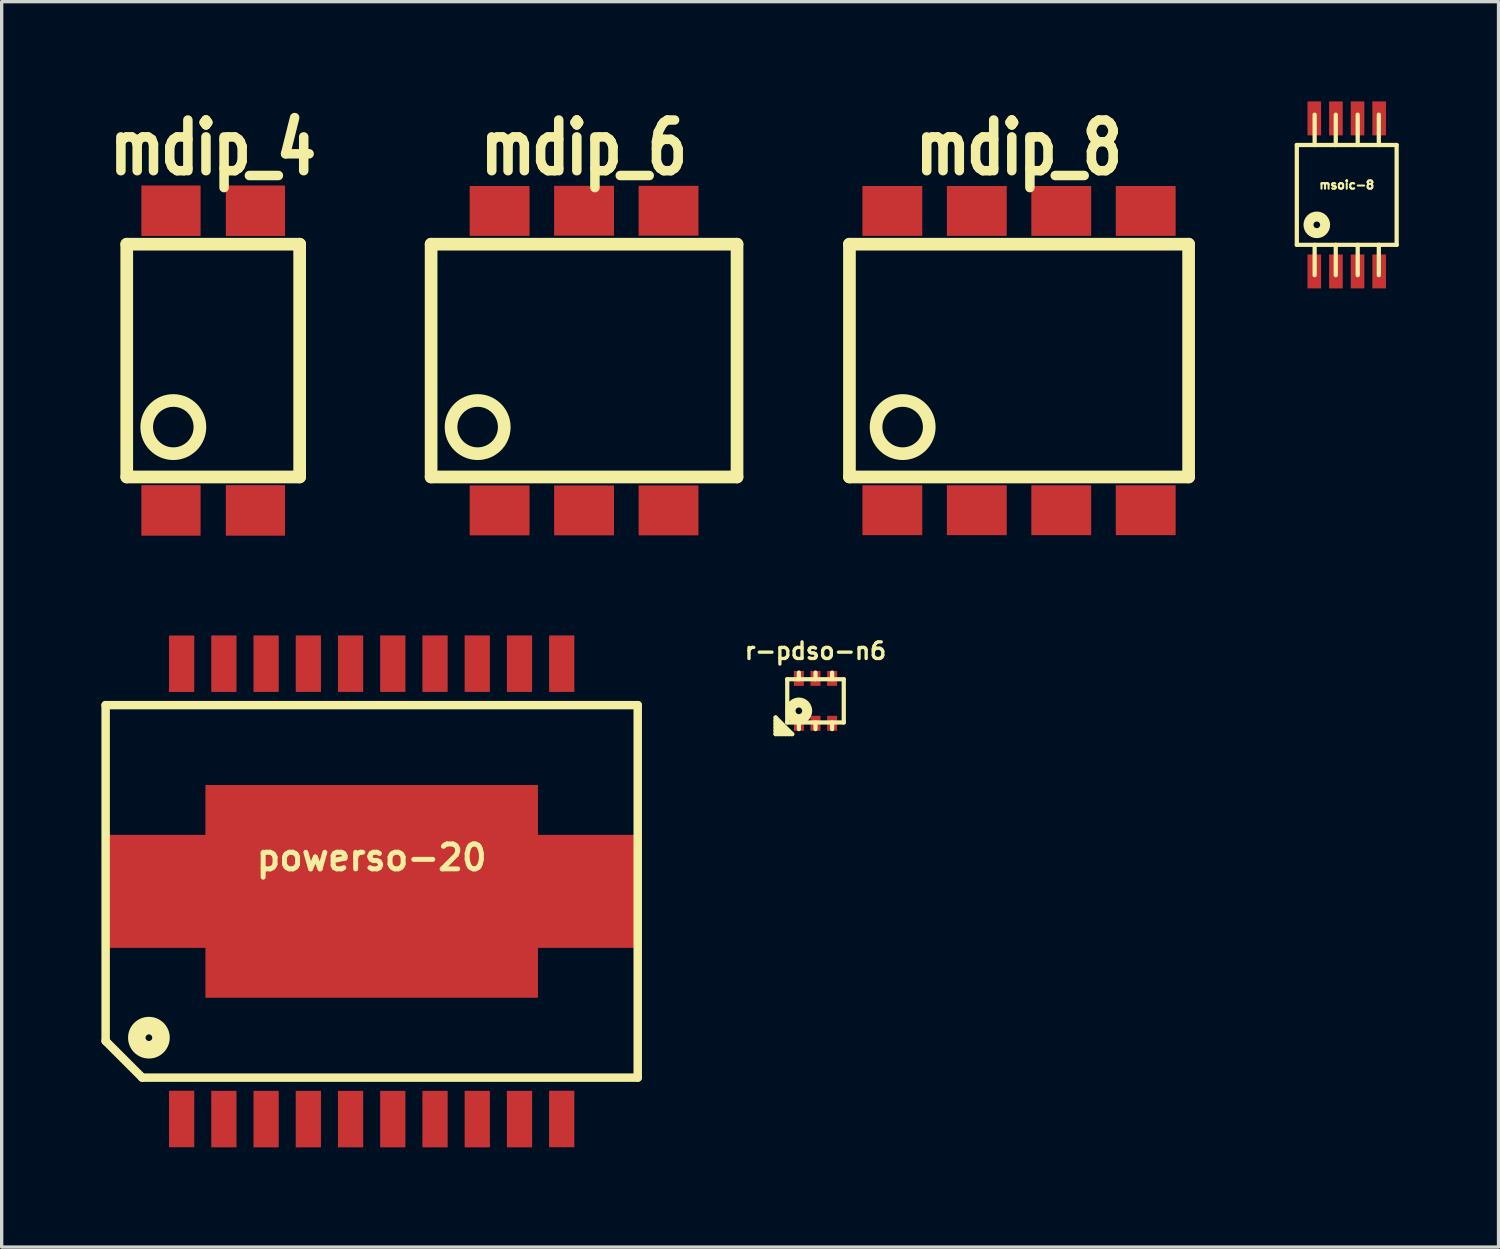
<source format=kicad_pcb>
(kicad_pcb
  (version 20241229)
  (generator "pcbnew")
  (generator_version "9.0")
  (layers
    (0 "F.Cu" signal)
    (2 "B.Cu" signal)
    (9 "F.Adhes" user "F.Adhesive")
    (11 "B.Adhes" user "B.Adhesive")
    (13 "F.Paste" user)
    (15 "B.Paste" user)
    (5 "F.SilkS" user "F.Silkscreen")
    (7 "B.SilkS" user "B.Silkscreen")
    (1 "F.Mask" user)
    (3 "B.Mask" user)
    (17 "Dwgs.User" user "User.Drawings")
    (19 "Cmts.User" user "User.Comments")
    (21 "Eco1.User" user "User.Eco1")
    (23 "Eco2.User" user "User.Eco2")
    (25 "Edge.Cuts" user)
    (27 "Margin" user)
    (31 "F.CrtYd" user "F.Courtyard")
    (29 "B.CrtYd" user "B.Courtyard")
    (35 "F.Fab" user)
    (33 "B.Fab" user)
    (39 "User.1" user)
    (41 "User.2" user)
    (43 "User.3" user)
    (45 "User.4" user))
  (footprint "mdip_6"
    (layer "F.Cu")
    (at 14.515 7.794)
    (property "Reference" "mdip_6" (at 0 -6.401 0) (layer "F.SilkS") (effects (font (size 1.524 1.143) (thickness 0.287))))
    (attr through_hole)
    (fp_line (start -4.6 -3.5) (end -4.6 3.5) (stroke (width 0.381) (type solid)) (layer "F.SilkS"))
    (fp_line (start -4.6 3.5) (end 4.6 3.5) (stroke (width 0.381) (type solid)) (layer "F.SilkS"))
    (fp_line (start 4.6 -3.5) (end -4.6 -3.5) (stroke (width 0.381) (type solid)) (layer "F.SilkS"))
    (fp_line (start 4.6 3.5) (end 4.6 -3.5) (stroke (width 0.381) (type solid)) (layer "F.SilkS"))
    (fp_circle (center -3.2 2) (end -4 2) (stroke (width 0.381) (type solid)) (fill no) (layer "F.SilkS"))
    (pad "1" smd rect (at -2.54 4.506) (size 1.8 1.5) (layers "F.Cu" "F.Mask" "F.Paste"))
    (pad "2" smd rect (at 0 4.506) (size 1.8 1.5) (layers "F.Cu" "F.Mask" "F.Paste"))
    (pad "3" smd rect (at 2.54 4.506) (size 1.8 1.5) (layers "F.Cu" "F.Mask" "F.Paste"))
    (pad "4" smd rect (at 2.54 -4.506) (size 1.8 1.5) (layers "F.Cu" "F.Mask" "F.Paste"))
    (pad "5" smd rect (at 0 -4.506) (size 1.8 1.5) (layers "F.Cu" "F.Mask" "F.Paste"))
    (pad "6" smd rect (at -2.54 -4.5) (size 1.8 1.5) (layers "F.Cu" "F.Mask" "F.Paste")))
  (footprint "mdip_4"
    (layer "F.Cu")
    (at 3.362 7.794)
    (property "Reference" "mdip_4" (at 0 -6.401 0) (layer "F.SilkS") (effects (font (size 1.524 1.143) (thickness 0.287))))
    (attr through_hole)
    (fp_line (start -2.6 -3.5) (end -2.6 3.5) (stroke (width 0.381) (type solid)) (layer "F.SilkS"))
    (fp_line (start -2.6 3.5) (end 2.6 3.5) (stroke (width 0.381) (type solid)) (layer "F.SilkS"))
    (fp_line (start 2.6 -3.5) (end -2.6 -3.5) (stroke (width 0.381) (type solid)) (layer "F.SilkS"))
    (fp_line (start 2.6 3.5) (end 2.6 -3.5) (stroke (width 0.381) (type solid)) (layer "F.SilkS"))
    (fp_circle (center -1.2 2) (end -2 2) (stroke (width 0.381) (type solid)) (fill no) (layer "F.SilkS"))
    (pad "1" smd rect (at -1.27 4.506) (size 1.781 1.519) (layers "F.Cu" "F.Mask" "F.Paste"))
    (pad "2" smd rect (at 1.27 4.506) (size 1.781 1.519) (layers "F.Cu" "F.Mask" "F.Paste"))
    (pad "3" smd rect (at 1.27 -4.506) (size 1.781 1.519) (layers "F.Cu" "F.Mask" "F.Paste"))
    (pad "4" smd rect (at -1.27 -4.506) (size 1.781 1.519) (layers "F.Cu" "F.Mask" "F.Paste")))
  (footprint "powerso-20"
    (layer "F.Cu")
    (at 8.128 23.757)
    (property "Reference" "powerso-20" (at 0 -1.016 0) (layer "F.SilkS") (effects (font (size 0.749 0.749) (thickness 0.15))))
    (attr through_hole)
    (fp_line (start -8.001 -5.601) (end 8.001 -5.601) (stroke (width 0.254) (type solid)) (layer "F.SilkS"))
    (fp_line (start -8.001 4.501) (end -8.001 -5.601) (stroke (width 0.254) (type solid)) (layer "F.SilkS"))
    (fp_line (start -6.901 5.601) (end -8.001 4.501) (stroke (width 0.254) (type solid)) (layer "F.SilkS"))
    (fp_line (start -6.901 5.601) (end 8.001 5.601) (stroke (width 0.254) (type solid)) (layer "F.SilkS"))
    (fp_line (start 8.001 -5.601) (end 8.001 5.601) (stroke (width 0.254) (type solid)) (layer "F.SilkS"))
    (fp_circle (center -6.7 4.4) (end -7.2 4.4) (stroke (width 0.254) (type solid)) (fill no) (layer "F.SilkS"))
    (fp_circle (center -6.7 4.4) (end -7 4.4) (stroke (width 0.254) (type solid)) (fill no) (layer "F.SilkS"))
    (fp_circle (center -6.7 4.4) (end -6.8 4.4) (stroke (width 0.254) (type solid)) (fill no) (layer "F.SilkS"))
    (pad "1" smd rect (at -5.715 6.845) (size 0.759 1.699) (layers "F.Cu" "F.Mask" "F.Paste"))
    (pad "2" smd rect (at -4.445 6.848) (size 0.759 1.699) (layers "F.Cu" "F.Mask" "F.Paste"))
    (pad "3" smd rect (at -3.175 6.848) (size 0.759 1.699) (layers "F.Cu" "F.Mask" "F.Paste"))
    (pad "4" smd rect (at -1.905 6.848) (size 0.759 1.699) (layers "F.Cu" "F.Mask" "F.Paste"))
    (pad "5" smd rect (at -0.635 6.848) (size 0.759 1.699) (layers "F.Cu" "F.Mask" "F.Paste"))
    (pad "6" smd rect (at 0.635 6.848) (size 0.759 1.699) (layers "F.Cu" "F.Mask" "F.Paste"))
    (pad "7" smd rect (at 1.905 6.848) (size 0.759 1.699) (layers "F.Cu" "F.Mask" "F.Paste"))
    (pad "8" smd rect (at 3.175 6.848) (size 0.759 1.699) (layers "F.Cu" "F.Mask" "F.Paste"))
    (pad "9" smd rect (at 4.445 6.848) (size 0.759 1.699) (layers "F.Cu" "F.Mask" "F.Paste"))
    (pad "10" smd rect (at 5.715 6.845) (size 0.759 1.699) (layers "F.Cu" "F.Mask" "F.Paste"))
    (pad "11" smd rect (at 5.715 -6.848) (size 0.759 1.699) (layers "F.Cu" "F.Mask" "F.Paste"))
    (pad "12" smd rect (at 4.445 -6.848) (size 0.759 1.699) (layers "F.Cu" "F.Mask" "F.Paste"))
    (pad "13" smd rect (at 3.175 -6.848) (size 0.759 1.699) (layers "F.Cu" "F.Mask" "F.Paste"))
    (pad "14" smd rect (at 1.905 -6.848) (size 0.759 1.699) (layers "F.Cu" "F.Mask" "F.Paste"))
    (pad "15" smd rect (at 0.635 -6.848) (size 0.759 1.699) (layers "F.Cu" "F.Mask" "F.Paste"))
    (pad "16" smd rect (at -0.635 -6.848) (size 0.759 1.699) (layers "F.Cu" "F.Mask" "F.Paste"))
    (pad "17" smd rect (at -1.905 -6.848) (size 0.759 1.699) (layers "F.Cu" "F.Mask" "F.Paste"))
    (pad "18" smd rect (at -3.175 -6.848) (size 0.759 1.699) (layers "F.Cu" "F.Mask" "F.Paste"))
    (pad "19" smd rect (at -4.445 -6.848) (size 0.759 1.699) (layers "F.Cu" "F.Mask" "F.Paste"))
    (pad "20" smd rect (at -5.715 -6.845) (size 0.759 1.699) (layers "F.Cu" "F.Mask" "F.Paste"))
    (pad "21" smd rect (at 0 0) (size 10 6.398) (layers "F.Cu" "F.Mask" "F.Paste"))
    (pad "21" smd rect (at 0 0) (size 16.099 3.399) (layers "F.Cu" "F.Mask" "F.Paste")))
  (footprint "r-pdso-n6"
    (layer "F.Cu")
    (at 21.475 18.027)
    (property "Reference" "r-pdso-n6" (at 0 -1.5 0) (layer "F.SilkS") (effects (font (size 0.5 0.5) (thickness 0.1))))
    (attr through_hole)
    (fp_line (start -1.2 0.5) (end -0.7 1) (stroke (width 0.127) (type solid)) (layer "F.SilkS"))
    (fp_line (start -1.2 0.7) (end -0.9 1) (stroke (width 0.127) (type solid)) (layer "F.SilkS"))
    (fp_line (start -1.2 0.9) (end -1.1 1) (stroke (width 0.127) (type solid)) (layer "F.SilkS"))
    (fp_line (start -1.2 1) (end -1.2 0.5) (stroke (width 0.127) (type solid)) (layer "F.SilkS"))
    (fp_line (start -1 1) (end -1.2 0.8) (stroke (width 0.127) (type solid)) (layer "F.SilkS"))
    (fp_line (start -0.85 -0.65) (end -0.85 0.65) (stroke (width 0.127) (type solid)) (layer "F.SilkS"))
    (fp_line (start -0.85 0.65) (end 0.85 0.65) (stroke (width 0.127) (type solid)) (layer "F.SilkS"))
    (fp_line (start -0.8 1) (end -1.2 0.6) (stroke (width 0.127) (type solid)) (layer "F.SilkS"))
    (fp_line (start -0.7 1) (end -1.2 1) (stroke (width 0.127) (type solid)) (layer "F.SilkS"))
    (fp_line (start -0.5 -0.65) (end -0.5 -0.85) (stroke (width 0.127) (type solid)) (layer "F.SilkS"))
    (fp_line (start -0.5 0.65) (end -0.5 0.85) (stroke (width 0.127) (type solid)) (layer "F.SilkS"))
    (fp_line (start 0 -0.65) (end 0 -0.85) (stroke (width 0.127) (type solid)) (layer "F.SilkS"))
    (fp_line (start 0 0.65) (end 0 0.85) (stroke (width 0.127) (type solid)) (layer "F.SilkS"))
    (fp_line (start 0.5 -0.65) (end 0.5 -0.85) (stroke (width 0.127) (type solid)) (layer "F.SilkS"))
    (fp_line (start 0.5 0.65) (end 0.5 0.85) (stroke (width 0.127) (type solid)) (layer "F.SilkS"))
    (fp_line (start 0.85 -0.65) (end -0.85 -0.65) (stroke (width 0.127) (type solid)) (layer "F.SilkS"))
    (fp_line (start 0.85 0.65) (end 0.85 -0.65) (stroke (width 0.127) (type solid)) (layer "F.SilkS"))
    (fp_circle (center -0.5 0.3) (end -0.7 0.3) (stroke (width 0.127) (type solid)) (fill no) (layer "F.SilkS"))
    (fp_circle (center -0.5 0.3) (end -0.6 0.3) (stroke (width 0.3) (type solid)) (fill no) (layer "F.SilkS"))
    (pad "1" smd rect (at -0.5 0.675) (size 0.3 0.45) (layers "F.Cu" "F.Mask" "F.Paste"))
    (pad "2" smd rect (at 0 0.675) (size 0.3 0.45) (layers "F.Cu" "F.Mask" "F.Paste"))
    (pad "3" smd rect (at 0.5 0.675) (size 0.3 0.45) (layers "F.Cu" "F.Mask" "F.Paste"))
    (pad "4" smd rect (at 0.5 -0.675) (size 0.3 0.45) (layers "F.Cu" "F.Mask" "F.Paste"))
    (pad "5" smd rect (at 0 -0.675) (size 0.3 0.45) (layers "F.Cu" "F.Mask" "F.Paste"))
    (pad "6" smd rect (at -0.5 -0.675) (size 0.3 0.45) (layers "F.Cu" "F.Mask" "F.Paste")))
  (footprint "msoic-8"
    (layer "F.Cu")
    (at 37.451 2.812)
    (property "Reference" "msoic-8" (at 0 -0.3 0) (layer "F.SilkS") (effects (font (size 0.249 0.249) (thickness 0.061))))
    (attr through_hole)
    (fp_line (start -1.501 -1.501) (end -1.501 1.501) (stroke (width 0.127) (type solid)) (layer "F.SilkS"))
    (fp_line (start -1.501 1.501) (end 1.501 1.501) (stroke (width 0.127) (type solid)) (layer "F.SilkS"))
    (fp_line (start -0.965 -1.499) (end -0.965 -2.413) (stroke (width 0.127) (type solid)) (layer "F.SilkS"))
    (fp_line (start -0.965 1.499) (end -0.965 2.413) (stroke (width 0.127) (type solid)) (layer "F.SilkS"))
    (fp_line (start -0.33 -1.499) (end -0.33 -2.413) (stroke (width 0.127) (type solid)) (layer "F.SilkS"))
    (fp_line (start -0.33 1.499) (end -0.33 2.413) (stroke (width 0.127) (type solid)) (layer "F.SilkS"))
    (fp_line (start 0.33 -1.499) (end 0.33 -2.413) (stroke (width 0.127) (type solid)) (layer "F.SilkS"))
    (fp_line (start 0.33 1.499) (end 0.33 2.413) (stroke (width 0.127) (type solid)) (layer "F.SilkS"))
    (fp_line (start 0.965 -1.499) (end 0.965 -2.413) (stroke (width 0.127) (type solid)) (layer "F.SilkS"))
    (fp_line (start 0.965 1.499) (end 0.965 2.413) (stroke (width 0.127) (type solid)) (layer "F.SilkS"))
    (fp_line (start 1.501 -1.501) (end -1.501 -1.501) (stroke (width 0.127) (type solid)) (layer "F.SilkS"))
    (fp_line (start 1.501 1.501) (end 1.501 -1.501) (stroke (width 0.127) (type solid)) (layer "F.SilkS"))
    (fp_circle (center -0.9 0.9) (end -1.1 0.9) (stroke (width 0.127) (type solid)) (fill no) (layer "F.SilkS"))
    (fp_circle (center -0.9 0.9) (end -1 0.9) (stroke (width 0.3) (type solid)) (fill no) (layer "F.SilkS"))
    (fp_circle (center -0.899 0.902) (end -1.1 1.1) (stroke (width 0.127) (type solid)) (fill no) (layer "F.SilkS"))
    (pad "1" smd rect (at -0.975 2.301) (size 0.409 1.021) (layers "F.Cu" "F.Mask" "F.Paste"))
    (pad "2" smd rect (at -0.325 2.301) (size 0.409 1.021) (layers "F.Cu" "F.Mask" "F.Paste"))
    (pad "3" smd rect (at 0.325 2.301) (size 0.409 1.021) (layers "F.Cu" "F.Mask" "F.Paste"))
    (pad "4" smd rect (at 0.975 2.301) (size 0.409 1.021) (layers "F.Cu" "F.Mask" "F.Paste"))
    (pad "5" smd rect (at 0.975 -2.301) (size 0.409 1.021) (layers "F.Cu" "F.Mask" "F.Paste"))
    (pad "6" smd rect (at 0.325 -2.301) (size 0.409 1.021) (layers "F.Cu" "F.Mask" "F.Paste"))
    (pad "7" smd rect (at -0.325 -2.301) (size 0.409 1.021) (layers "F.Cu" "F.Mask" "F.Paste"))
    (pad "8" smd rect (at -0.975 -2.301) (size 0.409 1.021) (layers "F.Cu" "F.Mask" "F.Paste")))
  (footprint "mdip_8"
    (layer "F.Cu")
    (at 27.596 7.794)
    (property "Reference" "mdip_8" (at 0 -6.401 0) (layer "F.SilkS") (effects (font (size 1.524 1.143) (thickness 0.287))))
    (attr through_hole)
    (fp_line (start -5.1 -3.5) (end -5.1 3.5) (stroke (width 0.381) (type solid)) (layer "F.SilkS"))
    (fp_line (start -5.1 3.5) (end 5.1 3.5) (stroke (width 0.381) (type solid)) (layer "F.SilkS"))
    (fp_line (start 5.1 -3.5) (end -5.1 -3.5) (stroke (width 0.381) (type solid)) (layer "F.SilkS"))
    (fp_line (start 5.1 3.5) (end 5.1 -3.5) (stroke (width 0.381) (type solid)) (layer "F.SilkS"))
    (fp_circle (center -3.5 2) (end -4.3 2) (stroke (width 0.381) (type solid)) (fill no) (layer "F.SilkS"))
    (pad "1" smd rect (at -3.81 4.5) (size 1.8 1.5) (layers "F.Cu" "F.Mask" "F.Paste"))
    (pad "2" smd rect (at -1.27 4.5) (size 1.8 1.5) (layers "F.Cu" "F.Mask" "F.Paste"))
    (pad "3" smd rect (at 1.27 4.5) (size 1.8 1.5) (layers "F.Cu" "F.Mask" "F.Paste"))
    (pad "4" smd rect (at 3.81 4.5) (size 1.8 1.5) (layers "F.Cu" "F.Mask" "F.Paste"))
    (pad "5" smd rect (at 3.81 -4.5) (size 1.8 1.5) (layers "F.Cu" "F.Mask" "F.Paste"))
    (pad "6" smd rect (at 1.27 -4.5) (size 1.8 1.5) (layers "F.Cu" "F.Mask" "F.Paste"))
    (pad "7" smd rect (at -1.27 -4.5) (size 1.8 1.5) (layers "F.Cu" "F.Mask" "F.Paste"))
    (pad "8" smd rect (at -3.81 -4.5) (size 1.8 1.5) (layers "F.Cu" "F.Mask" "F.Paste")))
  (gr_rect
    (start -3 -3)
    (end 42.016 34.454)
    (stroke (width 0.1) (type default))
    (fill no)
    (layer "Edge.Cuts")))
</source>
